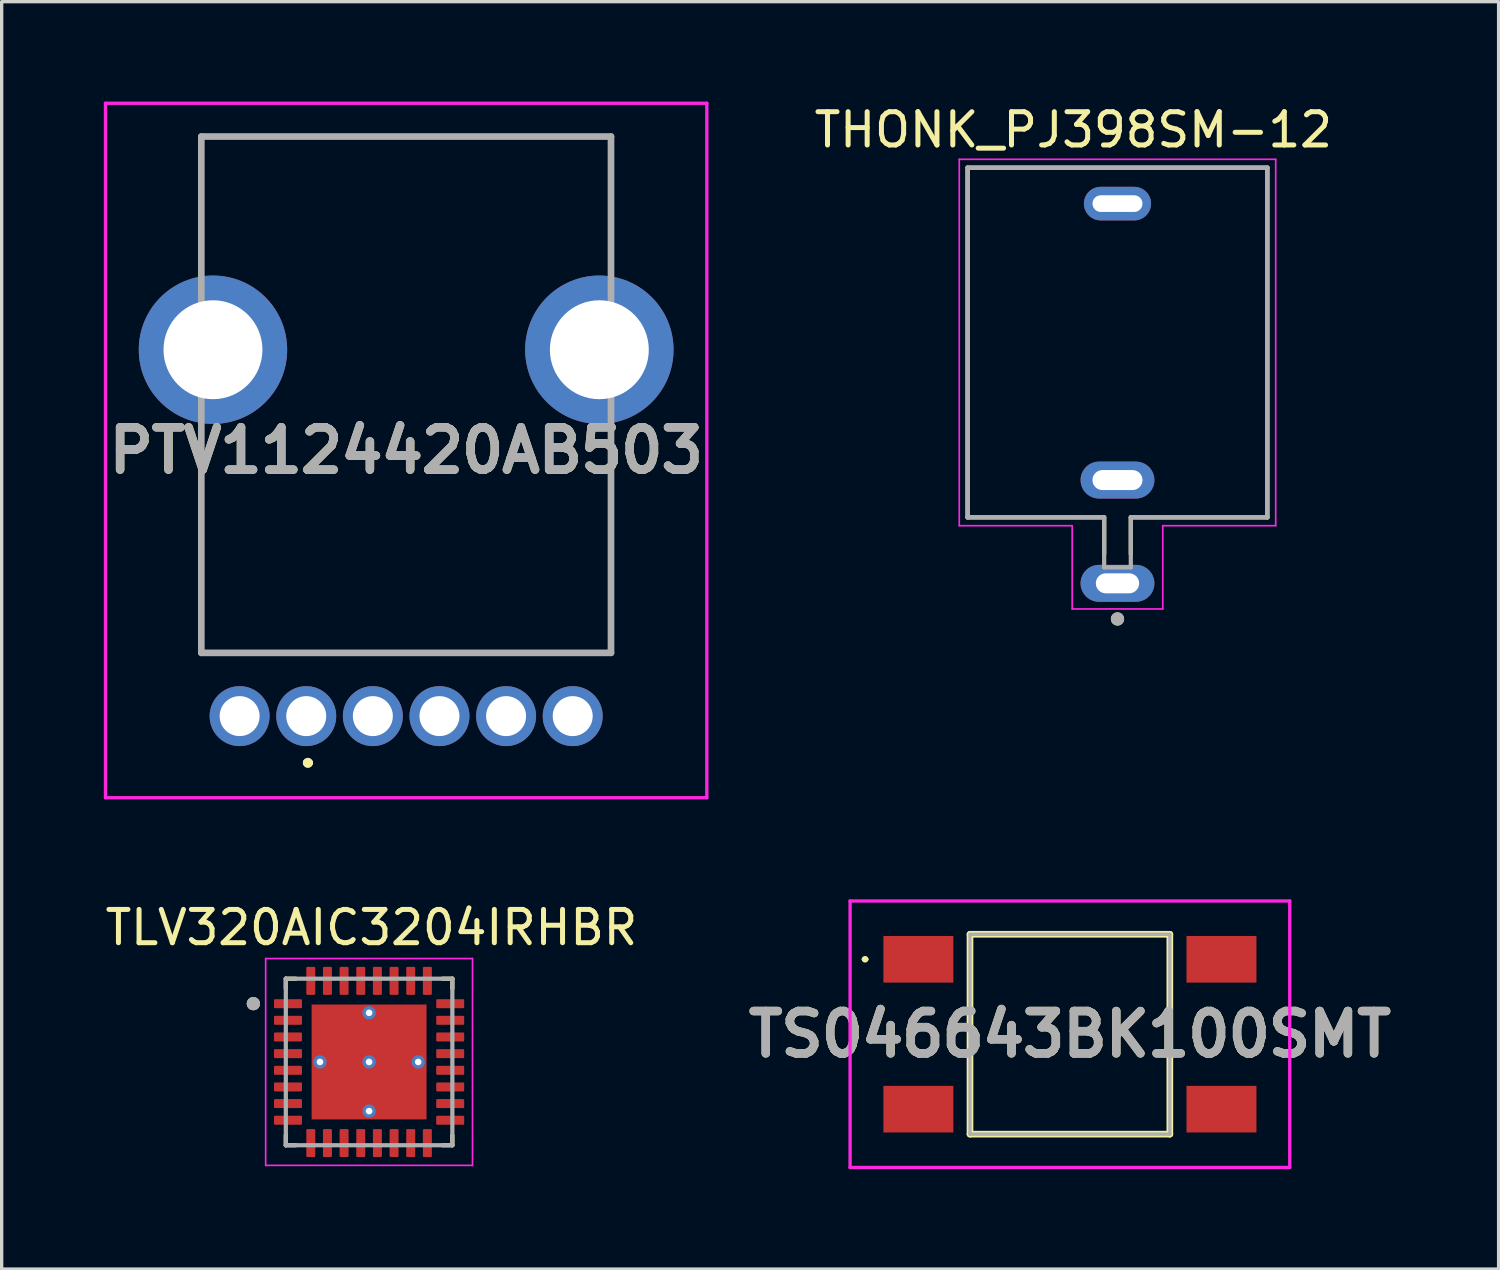
<source format=kicad_pcb>
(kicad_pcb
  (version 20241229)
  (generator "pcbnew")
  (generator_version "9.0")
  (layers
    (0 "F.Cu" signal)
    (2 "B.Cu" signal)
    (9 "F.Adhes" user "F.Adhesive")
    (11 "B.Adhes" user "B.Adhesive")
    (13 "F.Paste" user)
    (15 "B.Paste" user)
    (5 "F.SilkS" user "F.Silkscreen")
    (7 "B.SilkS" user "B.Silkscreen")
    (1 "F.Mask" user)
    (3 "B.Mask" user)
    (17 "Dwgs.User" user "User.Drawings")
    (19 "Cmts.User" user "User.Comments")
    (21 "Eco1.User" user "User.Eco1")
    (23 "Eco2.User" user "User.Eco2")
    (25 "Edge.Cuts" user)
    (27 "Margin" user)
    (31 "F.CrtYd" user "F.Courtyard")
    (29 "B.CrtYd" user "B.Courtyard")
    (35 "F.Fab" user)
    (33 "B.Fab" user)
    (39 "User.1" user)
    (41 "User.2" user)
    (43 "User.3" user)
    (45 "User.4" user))
  (footprint "TS046643BK100SMT"
    (layer "F.Cu")
    (at 29.072 28)
    (property "Reference" "TS046643BK100SMT" (at 0 0 0) (layer "F.SilkS") (effects (font (size 1.27 1.27) (thickness 0.254))))
    (attr smd)
    (fp_line (start -6.2 -2.25) (end -6.2 -2.25) (stroke (width 0.1) (type solid)) (layer "F.SilkS"))
    (fp_line (start -6.1 -2.25) (end -6.1 -2.25) (stroke (width 0.1) (type solid)) (layer "F.SilkS"))
    (fp_line (start -3 -3) (end 3 -3) (stroke (width 0.2) (type solid)) (layer "F.SilkS"))
    (fp_line (start -3 3) (end -3 -3) (stroke (width 0.2) (type solid)) (layer "F.SilkS"))
    (fp_line (start 3 -3) (end 3 3) (stroke (width 0.2) (type solid)) (layer "F.SilkS"))
    (fp_line (start 3 3) (end -3 3) (stroke (width 0.2) (type solid)) (layer "F.SilkS"))
    (fp_arc (start -6.2 -2.25) (mid -6.15 -2.3) (end -6.1 -2.25) (stroke (width 0.1) (type solid)) (layer "F.SilkS"))
    (fp_arc (start -6.1 -2.25) (mid -6.15 -2.2) (end -6.2 -2.25) (stroke (width 0.1) (type solid)) (layer "F.SilkS"))
    (fp_line (start -6.6 -4) (end 6.6 -4) (stroke (width 0.1) (type solid)) (layer "F.CrtYd"))
    (fp_line (start -6.6 4) (end -6.6 -4) (stroke (width 0.1) (type solid)) (layer "F.CrtYd"))
    (fp_line (start 6.6 -4) (end 6.6 4) (stroke (width 0.1) (type solid)) (layer "F.CrtYd"))
    (fp_line (start 6.6 4) (end -6.6 4) (stroke (width 0.1) (type solid)) (layer "F.CrtYd"))
    (fp_line (start -3 -3) (end 3 -3) (stroke (width 0.1) (type solid)) (layer "F.Fab"))
    (fp_line (start -3 3) (end -3 -3) (stroke (width 0.1) (type solid)) (layer "F.Fab"))
    (fp_line (start 3 -3) (end 3 3) (stroke (width 0.1) (type solid)) (layer "F.Fab"))
    (fp_line (start 3 3) (end -3 3) (stroke (width 0.1) (type solid)) (layer "F.Fab"))
    (fp_text user "${REFERENCE}" (at 0 0 0) (layer "F.Fab") (effects (font (size 1.27 1.27) (thickness 0.254))))
    (pad "1" smd rect (at -4.55 -2.25 90) (size 1.4 2.1) (layers "F.Cu" "F.Mask" "F.Paste"))
    (pad "1" smd rect (at 4.55 -2.25 90) (size 1.4 2.1) (layers "F.Cu" "F.Mask" "F.Paste"))
    (pad "2" smd rect (at -4.55 2.25 90) (size 1.4 2.1) (layers "F.Cu" "F.Mask" "F.Paste"))
    (pad "2" smd rect (at 4.55 2.25 90) (size 1.4 2.1) (layers "F.Cu" "F.Mask" "F.Paste")))
  (footprint "THONK_PJ398SM-12"
    (layer "F.Cu")
    (at 30.5 7.983)
    (property "Reference" "THONK_PJ398SM-12" (at -1.325 -7.135 0) (layer "F.SilkS") (effects (font (size 1 1) (thickness 0.15))))
    (attr through_hole)
    (fp_line (start -4.5 -6) (end -4.5 4.5) (stroke (width 0.127) (type solid)) (layer "F.SilkS"))
    (fp_line (start -4.5 -6) (end 4.5 -6) (stroke (width 0.127) (type solid)) (layer "F.SilkS"))
    (fp_line (start -4.5 4.5) (end -0.4 4.5) (stroke (width 0.127) (type solid)) (layer "F.SilkS"))
    (fp_line (start -0.4 4.5) (end -0.4 5.605) (stroke (width 0.127) (type solid)) (layer "F.SilkS"))
    (fp_line (start 0.4 4.5) (end 4.5 4.5) (stroke (width 0.127) (type solid)) (layer "F.SilkS"))
    (fp_line (start 0.4 5.605) (end 0.4 4.5) (stroke (width 0.127) (type solid)) (layer "F.SilkS"))
    (fp_line (start 4.5 4.5) (end 4.5 -6) (stroke (width 0.127) (type solid)) (layer "F.SilkS"))
    (fp_circle (center 0 7.55) (end 0.1 7.55) (stroke (width 0.2) (type solid)) (fill no) (layer "F.SilkS"))
    (fp_line (start -4.75 -6.25) (end 4.75 -6.25) (stroke (width 0.05) (type solid)) (layer "F.CrtYd"))
    (fp_line (start -4.75 4.75) (end -4.75 -6.25) (stroke (width 0.05) (type solid)) (layer "F.CrtYd"))
    (fp_line (start -1.36 4.75) (end -4.75 4.75) (stroke (width 0.05) (type solid)) (layer "F.CrtYd"))
    (fp_line (start -1.36 7.25) (end -1.36 4.75) (stroke (width 0.05) (type solid)) (layer "F.CrtYd"))
    (fp_line (start 1.36 4.75) (end 1.36 7.25) (stroke (width 0.05) (type solid)) (layer "F.CrtYd"))
    (fp_line (start 1.36 7.25) (end -1.36 7.25) (stroke (width 0.05) (type solid)) (layer "F.CrtYd"))
    (fp_line (start 4.75 -6.25) (end 4.75 4.75) (stroke (width 0.05) (type solid)) (layer "F.CrtYd"))
    (fp_line (start 4.75 4.75) (end 1.36 4.75) (stroke (width 0.05) (type solid)) (layer "F.CrtYd"))
    (fp_line (start -4.5 -6) (end -4.5 4.5) (stroke (width 0.127) (type solid)) (layer "F.Fab"))
    (fp_line (start -4.5 -6) (end 4.5 -6) (stroke (width 0.127) (type solid)) (layer "F.Fab"))
    (fp_line (start -4.5 4.5) (end -0.4 4.5) (stroke (width 0.127) (type solid)) (layer "F.Fab"))
    (fp_line (start -0.4 4.5) (end -0.4 6) (stroke (width 0.127) (type solid)) (layer "F.Fab"))
    (fp_line (start -0.4 6) (end 0.4 6) (stroke (width 0.127) (type solid)) (layer "F.Fab"))
    (fp_line (start 0.4 4.5) (end 4.5 4.5) (stroke (width 0.127) (type solid)) (layer "F.Fab"))
    (fp_line (start 0.4 6) (end 0.4 4.5) (stroke (width 0.127) (type solid)) (layer "F.Fab"))
    (fp_line (start 4.5 4.5) (end 4.5 -6) (stroke (width 0.127) (type solid)) (layer "F.Fab"))
    (fp_circle (center 0 7.55) (end 0.1 7.55) (stroke (width 0.2) (type solid)) (fill no) (layer "F.Fab"))
    (pad "1" thru_hole oval (at 0 6.48) (size 2.216 1.108) (drill oval 1.3 0.6) (layers "*.Cu" "*.Mask"))
    (pad "2" thru_hole oval (at 0 3.38) (size 2.216 1.108) (drill oval 1.5 0.6) (layers "*.Cu" "*.Mask"))
    (pad "3" thru_hole oval (at 0 -4.92) (size 2.016 1.008) (drill oval 1.5 0.5) (layers "*.Cu" "*.Mask"))
    (zone (net_name "") (layer "F.Cu") (hatch full 0.508) (connect_pads) (min_thickness 0.01) (filled_areas_thickness no) (keepout (tracks not_allowed) (vias not_allowed) (pads not_allowed) (copperpour not_allowed) (footprints allowed)) (placement (enabled no)) (fill) (polygon (pts (xy 27.7 5.183) (xy 33.3 5.183) (xy 33.3 10.783) (xy 27.7 10.783))))
    (zone (net_name "") (layers "F.Cu" "B.Cu") (hatch full 0.508) (connect_pads) (min_thickness 0.01) (filled_areas_thickness no) (keepout (tracks allowed) (vias not_allowed) (pads allowed) (copperpour allowed) (footprints allowed)) (placement (enabled no)) (fill) (polygon (pts (xy 27.7 5.183) (xy 33.3 5.183) (xy 33.3 10.783) (xy 27.7 10.783)))))
  (footprint "PTV1124420AB503"
    (layer "F.Cu")
    (at 6.144 18.45)
    (property "Reference" "PTV1124420AB503" (at 3 -7.975 0) (layer "F.SilkS") (effects (font (size 1.27 1.27) (thickness 0.254))))
    (attr through_hole)
    (fp_line (start -3.15 -17.4) (end -3.15 -17.4) (stroke (width 0.1) (type solid)) (layer "F.SilkS"))
    (fp_line (start -3.15 -17.4) (end -3.15 -17.4) (stroke (width 0.1) (type solid)) (layer "F.SilkS"))
    (fp_line (start -3.15 -17.4) (end -3.15 -13.75) (stroke (width 0.1) (type solid)) (layer "F.SilkS"))
    (fp_line (start -3.15 -17.4) (end 9.15 -17.4) (stroke (width 0.1) (type solid)) (layer "F.SilkS"))
    (fp_line (start -3.15 -13.75) (end -3.15 -17.4) (stroke (width 0.1) (type solid)) (layer "F.SilkS"))
    (fp_line (start -3.15 -13.75) (end -3.15 -13.75) (stroke (width 0.1) (type solid)) (layer "F.SilkS"))
    (fp_line (start -3.15 -8.25) (end -3.15 -8.25) (stroke (width 0.1) (type solid)) (layer "F.SilkS"))
    (fp_line (start -3.15 -8.25) (end -3.15 -1.9) (stroke (width 0.1) (type solid)) (layer "F.SilkS"))
    (fp_line (start -3.15 -1.9) (end -3.15 -8.25) (stroke (width 0.1) (type solid)) (layer "F.SilkS"))
    (fp_line (start -3.15 -1.9) (end -3.15 -1.9) (stroke (width 0.1) (type solid)) (layer "F.SilkS"))
    (fp_line (start -3.15 -1.9) (end -3.15 -1.9) (stroke (width 0.1) (type solid)) (layer "F.SilkS"))
    (fp_line (start -3.15 -1.9) (end 9.15 -1.9) (stroke (width 0.1) (type solid)) (layer "F.SilkS"))
    (fp_line (start 0 1.4) (end 0 1.4) (stroke (width 0.2) (type solid)) (layer "F.SilkS"))
    (fp_line (start 0 1.4) (end 0 1.4) (stroke (width 0.2) (type solid)) (layer "F.SilkS"))
    (fp_line (start 0.1 1.4) (end 0.1 1.4) (stroke (width 0.2) (type solid)) (layer "F.SilkS"))
    (fp_line (start 9.15 -17.4) (end -3.15 -17.4) (stroke (width 0.1) (type solid)) (layer "F.SilkS"))
    (fp_line (start 9.15 -17.4) (end 9.15 -17.4) (stroke (width 0.1) (type solid)) (layer "F.SilkS"))
    (fp_line (start 9.15 -17.4) (end 9.15 -17.4) (stroke (width 0.1) (type solid)) (layer "F.SilkS"))
    (fp_line (start 9.15 -17.4) (end 9.15 -13.75) (stroke (width 0.1) (type solid)) (layer "F.SilkS"))
    (fp_line (start 9.15 -13.75) (end 9.15 -17.4) (stroke (width 0.1) (type solid)) (layer "F.SilkS"))
    (fp_line (start 9.15 -13.75) (end 9.15 -13.75) (stroke (width 0.1) (type solid)) (layer "F.SilkS"))
    (fp_line (start 9.15 -8.25) (end 9.15 -8.25) (stroke (width 0.1) (type solid)) (layer "F.SilkS"))
    (fp_line (start 9.15 -8.25) (end 9.15 -1.9) (stroke (width 0.1) (type solid)) (layer "F.SilkS"))
    (fp_line (start 9.15 -1.9) (end -3.15 -1.9) (stroke (width 0.1) (type solid)) (layer "F.SilkS"))
    (fp_line (start 9.15 -1.9) (end 9.15 -8.25) (stroke (width 0.1) (type solid)) (layer "F.SilkS"))
    (fp_line (start 9.15 -1.9) (end 9.15 -1.9) (stroke (width 0.1) (type solid)) (layer "F.SilkS"))
    (fp_line (start 9.15 -1.9) (end 9.15 -1.9) (stroke (width 0.1) (type solid)) (layer "F.SilkS"))
    (fp_arc (start 0 1.4) (mid 0.05 1.35) (end 0.1 1.4) (stroke (width 0.2) (type solid)) (layer "F.SilkS"))
    (fp_arc (start 0.1 1.4) (mid 0.05 1.45) (end 0 1.4) (stroke (width 0.2) (type solid)) (layer "F.SilkS"))
    (fp_arc (start 0.1 1.4) (mid 0.05 1.45) (end 0 1.4) (stroke (width 0.2) (type solid)) (layer "F.SilkS"))
    (fp_line (start -6.027 -18.4) (end 12.027 -18.4) (stroke (width 0.1) (type solid)) (layer "F.CrtYd"))
    (fp_line (start -6.027 2.45) (end -6.027 -18.4) (stroke (width 0.1) (type solid)) (layer "F.CrtYd"))
    (fp_line (start 12.027 -18.4) (end 12.027 2.45) (stroke (width 0.1) (type solid)) (layer "F.CrtYd"))
    (fp_line (start 12.027 2.45) (end -6.027 2.45) (stroke (width 0.1) (type solid)) (layer "F.CrtYd"))
    (fp_line (start -3.15 -17.4) (end -3.15 -1.9) (stroke (width 0.2) (type solid)) (layer "F.Fab"))
    (fp_line (start -3.15 -1.9) (end 9.15 -1.9) (stroke (width 0.2) (type solid)) (layer "F.Fab"))
    (fp_line (start 9.15 -17.4) (end -3.15 -17.4) (stroke (width 0.2) (type solid)) (layer "F.Fab"))
    (fp_line (start 9.15 -1.9) (end 9.15 -17.4) (stroke (width 0.2) (type solid)) (layer "F.Fab"))
    (fp_text user "${REFERENCE}" (at 3 -7.975 0) (layer "F.Fab") (effects (font (size 1.27 1.27) (thickness 0.254))))
    (pad "1" thru_hole circle (at 0 0) (size 1.8 1.8) (drill 1.2) (layers "*.Cu" "*.Mask"))
    (pad "2" thru_hole circle (at -2 0) (size 1.8 1.8) (drill 1.2) (layers "*.Cu" "*.Mask"))
    (pad "3" thru_hole circle (at 8 0) (size 1.8 1.8) (drill 1.2) (layers "*.Cu" "*.Mask"))
    (pad "4" thru_hole circle (at 2 0) (size 1.8 1.8) (drill 1.2) (layers "*.Cu" "*.Mask"))
    (pad "5" thru_hole circle (at 4 0) (size 1.8 1.8) (drill 1.2) (layers "*.Cu" "*.Mask"))
    (pad "6" thru_hole circle (at 6 0) (size 1.8 1.8) (drill 1.2) (layers "*.Cu" "*.Mask"))
    (pad "MH1" thru_hole circle (at -2.8 -11) (size 4.455 4.455) (drill 2.97) (layers "*.Cu" "*.Mask"))
    (pad "MH2" thru_hole circle (at 8.8 -11) (size 4.455 4.455) (drill 2.97) (layers "*.Cu" "*.Mask")))
  (footprint "TLV320AIC3204IRHBR"
    (layer "F.Cu")
    (at 8.031 28.833)
    (property "Reference" "TLV320AIC3204IRHBR" (at 0.07 -4.035 0) (layer "F.SilkS") (effects (font (size 1 1) (thickness 0.15))))
    (attr smd)
    (fp_line (start -2.5 -2.5) (end -2.5 -2.205) (stroke (width 0.127) (type solid)) (layer "F.SilkS"))
    (fp_line (start -2.5 -2.5) (end -2.205 -2.5) (stroke (width 0.127) (type solid)) (layer "F.SilkS"))
    (fp_line (start -2.5 2.5) (end -2.5 2.205) (stroke (width 0.127) (type solid)) (layer "F.SilkS"))
    (fp_line (start -2.5 2.5) (end -2.205 2.5) (stroke (width 0.127) (type solid)) (layer "F.SilkS"))
    (fp_line (start 2.5 -2.5) (end 2.205 -2.5) (stroke (width 0.127) (type solid)) (layer "F.SilkS"))
    (fp_line (start 2.5 -2.5) (end 2.5 -2.205) (stroke (width 0.127) (type solid)) (layer "F.SilkS"))
    (fp_line (start 2.5 2.5) (end 2.205 2.5) (stroke (width 0.127) (type solid)) (layer "F.SilkS"))
    (fp_line (start 2.5 2.5) (end 2.5 2.205) (stroke (width 0.127) (type solid)) (layer "F.SilkS"))
    (fp_circle (center -3.475 -1.75) (end -3.375 -1.75) (stroke (width 0.2) (type solid)) (fill no) (layer "F.SilkS"))
    (fp_poly (pts (xy -1.09 -1.09) (xy 1.09 -1.09) (xy 1.09 1.09) (xy -1.09 1.09)) (stroke (width 0.01) (type solid)) (fill yes) (layer "F.Paste"))
    (fp_line (start -3.105 -3.105) (end 3.105 -3.105) (stroke (width 0.05) (type solid)) (layer "F.CrtYd"))
    (fp_line (start -3.105 3.105) (end -3.105 -3.105) (stroke (width 0.05) (type solid)) (layer "F.CrtYd"))
    (fp_line (start -3.105 3.105) (end 3.105 3.105) (stroke (width 0.05) (type solid)) (layer "F.CrtYd"))
    (fp_line (start 3.105 3.105) (end 3.105 -3.105) (stroke (width 0.05) (type solid)) (layer "F.CrtYd"))
    (fp_line (start -2.5 2.5) (end -2.5 -2.5) (stroke (width 0.127) (type solid)) (layer "F.Fab"))
    (fp_line (start 2.5 -2.5) (end -2.5 -2.5) (stroke (width 0.127) (type solid)) (layer "F.Fab"))
    (fp_line (start 2.5 2.5) (end -2.5 2.5) (stroke (width 0.127) (type solid)) (layer "F.Fab"))
    (fp_line (start 2.5 2.5) (end 2.5 -2.5) (stroke (width 0.127) (type solid)) (layer "F.Fab"))
    (fp_circle (center -3.475 -1.75) (end -3.375 -1.75) (stroke (width 0.2) (type solid)) (fill no) (layer "F.Fab"))
    (pad "1" smd roundrect (at -2.435 -1.75) (size 0.84 0.27) (layers "F.Cu" "F.Mask" "F.Paste") (roundrect_rratio 0.125))
    (pad "2" smd roundrect (at -2.435 -1.25) (size 0.84 0.27) (layers "F.Cu" "F.Mask" "F.Paste") (roundrect_rratio 0.125))
    (pad "3" smd roundrect (at -2.435 -0.75) (size 0.84 0.27) (layers "F.Cu" "F.Mask" "F.Paste") (roundrect_rratio 0.125))
    (pad "4" smd roundrect (at -2.435 -0.25) (size 0.84 0.27) (layers "F.Cu" "F.Mask" "F.Paste") (roundrect_rratio 0.125))
    (pad "5" smd roundrect (at -2.435 0.25) (size 0.84 0.27) (layers "F.Cu" "F.Mask" "F.Paste") (roundrect_rratio 0.125))
    (pad "6" smd roundrect (at -2.435 0.75) (size 0.84 0.27) (layers "F.Cu" "F.Mask" "F.Paste") (roundrect_rratio 0.125))
    (pad "7" smd roundrect (at -2.435 1.25) (size 0.84 0.27) (layers "F.Cu" "F.Mask" "F.Paste") (roundrect_rratio 0.125))
    (pad "8" smd roundrect (at -2.435 1.75) (size 0.84 0.27) (layers "F.Cu" "F.Mask" "F.Paste") (roundrect_rratio 0.125))
    (pad "9" smd roundrect (at -1.75 2.435) (size 0.27 0.84) (layers "F.Cu" "F.Mask" "F.Paste") (roundrect_rratio 0.125))
    (pad "10" smd roundrect (at -1.25 2.435) (size 0.27 0.84) (layers "F.Cu" "F.Mask" "F.Paste") (roundrect_rratio 0.125))
    (pad "11" smd roundrect (at -0.75 2.435) (size 0.27 0.84) (layers "F.Cu" "F.Mask" "F.Paste") (roundrect_rratio 0.125))
    (pad "12" smd roundrect (at -0.25 2.435) (size 0.27 0.84) (layers "F.Cu" "F.Mask" "F.Paste") (roundrect_rratio 0.125))
    (pad "13" smd roundrect (at 0.25 2.435) (size 0.27 0.84) (layers "F.Cu" "F.Mask" "F.Paste") (roundrect_rratio 0.125))
    (pad "14" smd roundrect (at 0.75 2.435) (size 0.27 0.84) (layers "F.Cu" "F.Mask" "F.Paste") (roundrect_rratio 0.125))
    (pad "15" smd roundrect (at 1.25 2.435) (size 0.27 0.84) (layers "F.Cu" "F.Mask" "F.Paste") (roundrect_rratio 0.125))
    (pad "16" smd roundrect (at 1.75 2.435) (size 0.27 0.84) (layers "F.Cu" "F.Mask" "F.Paste") (roundrect_rratio 0.125))
    (pad "17" smd roundrect (at 2.435 1.75) (size 0.84 0.27) (layers "F.Cu" "F.Mask" "F.Paste") (roundrect_rratio 0.125))
    (pad "18" smd roundrect (at 2.435 1.25) (size 0.84 0.27) (layers "F.Cu" "F.Mask" "F.Paste") (roundrect_rratio 0.125))
    (pad "19" smd roundrect (at 2.435 0.75) (size 0.84 0.27) (layers "F.Cu" "F.Mask" "F.Paste") (roundrect_rratio 0.125))
    (pad "20" smd roundrect (at 2.435 0.25) (size 0.84 0.27) (layers "F.Cu" "F.Mask" "F.Paste") (roundrect_rratio 0.125))
    (pad "21" smd roundrect (at 2.435 -0.25) (size 0.84 0.27) (layers "F.Cu" "F.Mask" "F.Paste") (roundrect_rratio 0.125))
    (pad "22" smd roundrect (at 2.435 -0.75) (size 0.84 0.27) (layers "F.Cu" "F.Mask" "F.Paste") (roundrect_rratio 0.125))
    (pad "23" smd roundrect (at 2.435 -1.25) (size 0.84 0.27) (layers "F.Cu" "F.Mask" "F.Paste") (roundrect_rratio 0.125))
    (pad "24" smd roundrect (at 2.435 -1.75) (size 0.84 0.27) (layers "F.Cu" "F.Mask" "F.Paste") (roundrect_rratio 0.125))
    (pad "25" smd roundrect (at 1.75 -2.435) (size 0.27 0.84) (layers "F.Cu" "F.Mask" "F.Paste") (roundrect_rratio 0.125))
    (pad "26" smd roundrect (at 1.25 -2.435) (size 0.27 0.84) (layers "F.Cu" "F.Mask" "F.Paste") (roundrect_rratio 0.125))
    (pad "27" smd roundrect (at 0.75 -2.435) (size 0.27 0.84) (layers "F.Cu" "F.Mask" "F.Paste") (roundrect_rratio 0.125))
    (pad "28" smd roundrect (at 0.25 -2.435) (size 0.27 0.84) (layers "F.Cu" "F.Mask" "F.Paste") (roundrect_rratio 0.125))
    (pad "29" smd roundrect (at -0.25 -2.435) (size 0.27 0.84) (layers "F.Cu" "F.Mask" "F.Paste") (roundrect_rratio 0.125))
    (pad "30" smd roundrect (at -0.75 -2.435) (size 0.27 0.84) (layers "F.Cu" "F.Mask" "F.Paste") (roundrect_rratio 0.125))
    (pad "31" smd roundrect (at -1.25 -2.435) (size 0.27 0.84) (layers "F.Cu" "F.Mask" "F.Paste") (roundrect_rratio 0.125))
    (pad "32" smd roundrect (at -1.75 -2.435) (size 0.27 0.84) (layers "F.Cu" "F.Mask" "F.Paste") (roundrect_rratio 0.125))
    (pad "33" smd rect (at 0 0) (size 3.45 3.45) (layers "F.Cu" "F.Mask"))
    (pad "34" thru_hole circle (at 0 0) (size 0.4 0.4) (drill 0.2) (layers "*.Cu"))
    (pad "35" thru_hole circle (at -1.475 0) (size 0.4 0.4) (drill 0.2) (layers "*.Cu"))
    (pad "36" thru_hole circle (at 0 -1.475) (size 0.4 0.4) (drill 0.2) (layers "*.Cu"))
    (pad "37" thru_hole circle (at 1.475 0) (size 0.4 0.4) (drill 0.2) (layers "*.Cu"))
    (pad "38" thru_hole circle (at 0 1.475) (size 0.4 0.4) (drill 0.2) (layers "*.Cu")))
  (gr_rect
    (start -3 -3)
    (end 41.942 35.05)
    (stroke (width 0.1) (type default))
    (fill no)
    (layer "Edge.Cuts")))
</source>
